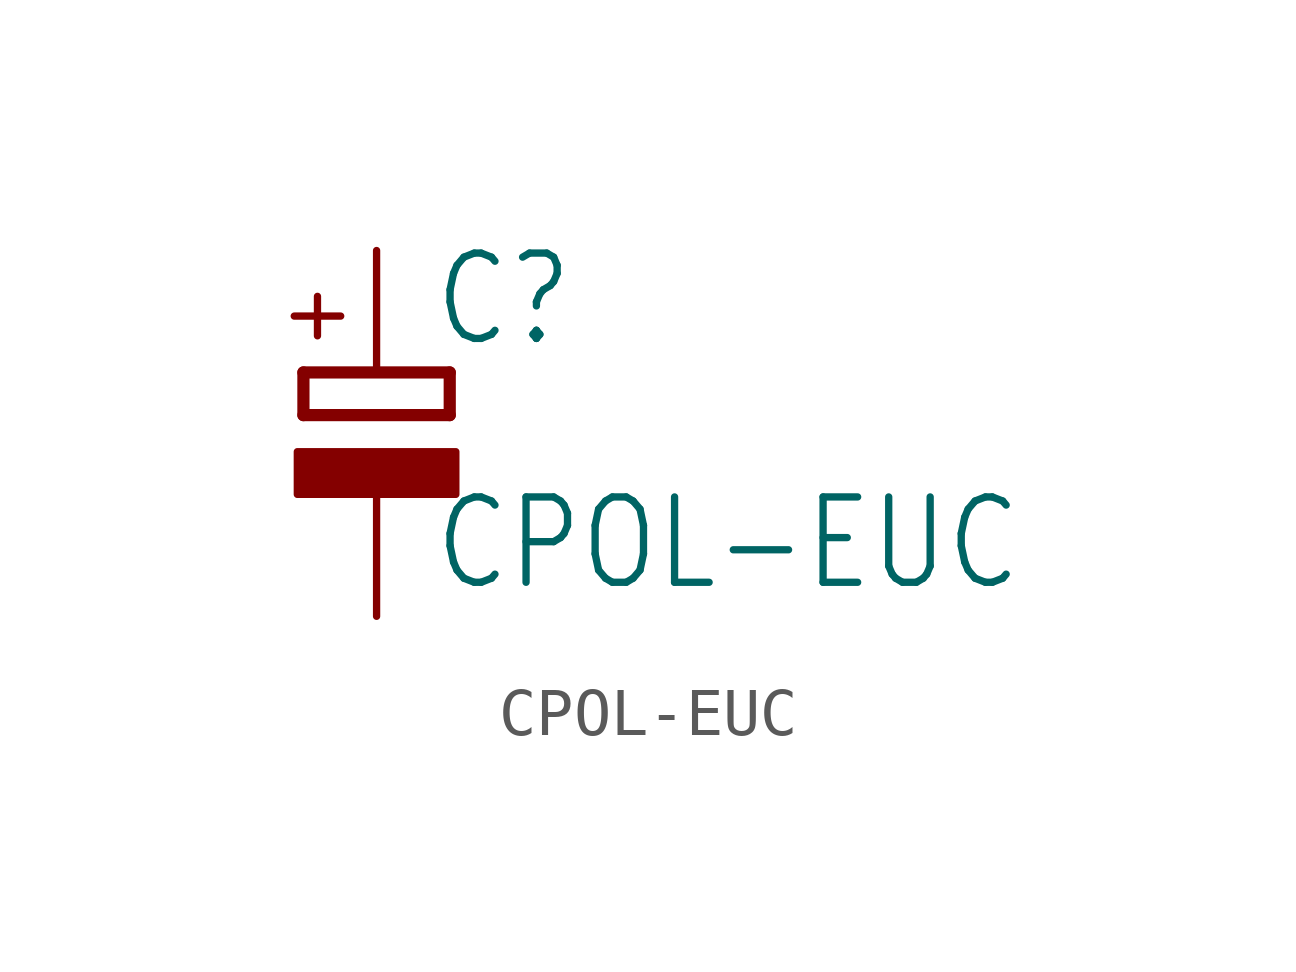
<source format=kicad_sym>
(kicad_symbol_lib
  (version 20220914)
  (generator kicad_symbol_editor)
  (symbol "CPOL-EUC"
    (property "Reference" "C"
      (at 1.143 0.483 0)
      (effects (font (size 1.778 1.511)) (justify left bottom)))
    (property "Value" "CPOL-EUC"
      (at 1.143 -4.597 0)
      (effects (font (size 1.778 1.511)) (justify left bottom)))
    (property "ki_locked" ""
      (at 0 0 0)
      (effects (font (size 1.27 1.27))))
    (symbol "CPOL-EUC_1_0"
      (rectangle (start -1.651 -2.54) (end 1.651 -1.651) (stroke (width 0) (type default)) (fill (type outline)))
      (polyline (pts (xy -1.524 -0.889) (xy 1.524 -0.889)) (stroke (width 0.254) (type default)) (fill (type none)))
      (polyline (pts (xy -1.524 0) (xy -1.524 -0.889)) (stroke (width 0.254) (type default)) (fill (type none)))
      (polyline (pts (xy -1.524 0) (xy 1.524 0)) (stroke (width 0.254) (type default)) (fill (type none)))
      (polyline (pts (xy 1.524 -0.889) (xy 1.524 0)) (stroke (width 0.254) (type default)) (fill (type none)))
      (text "+" (at -0.584 0.406 900) (effects (font (size 1.27 1.079)) (justify left bottom)))
      (pin passive line (at 0 2.54 270) (length 2.54) (name "+" (effects (font (size 0 0)))) (number "+" (effects (font (size 0 0)))))
      (pin passive line (at 0 -5.08 90) (length 2.54) (name "-" (effects (font (size 0 0)))) (number "-" (effects (font (size 0 0))))))))
</source>
